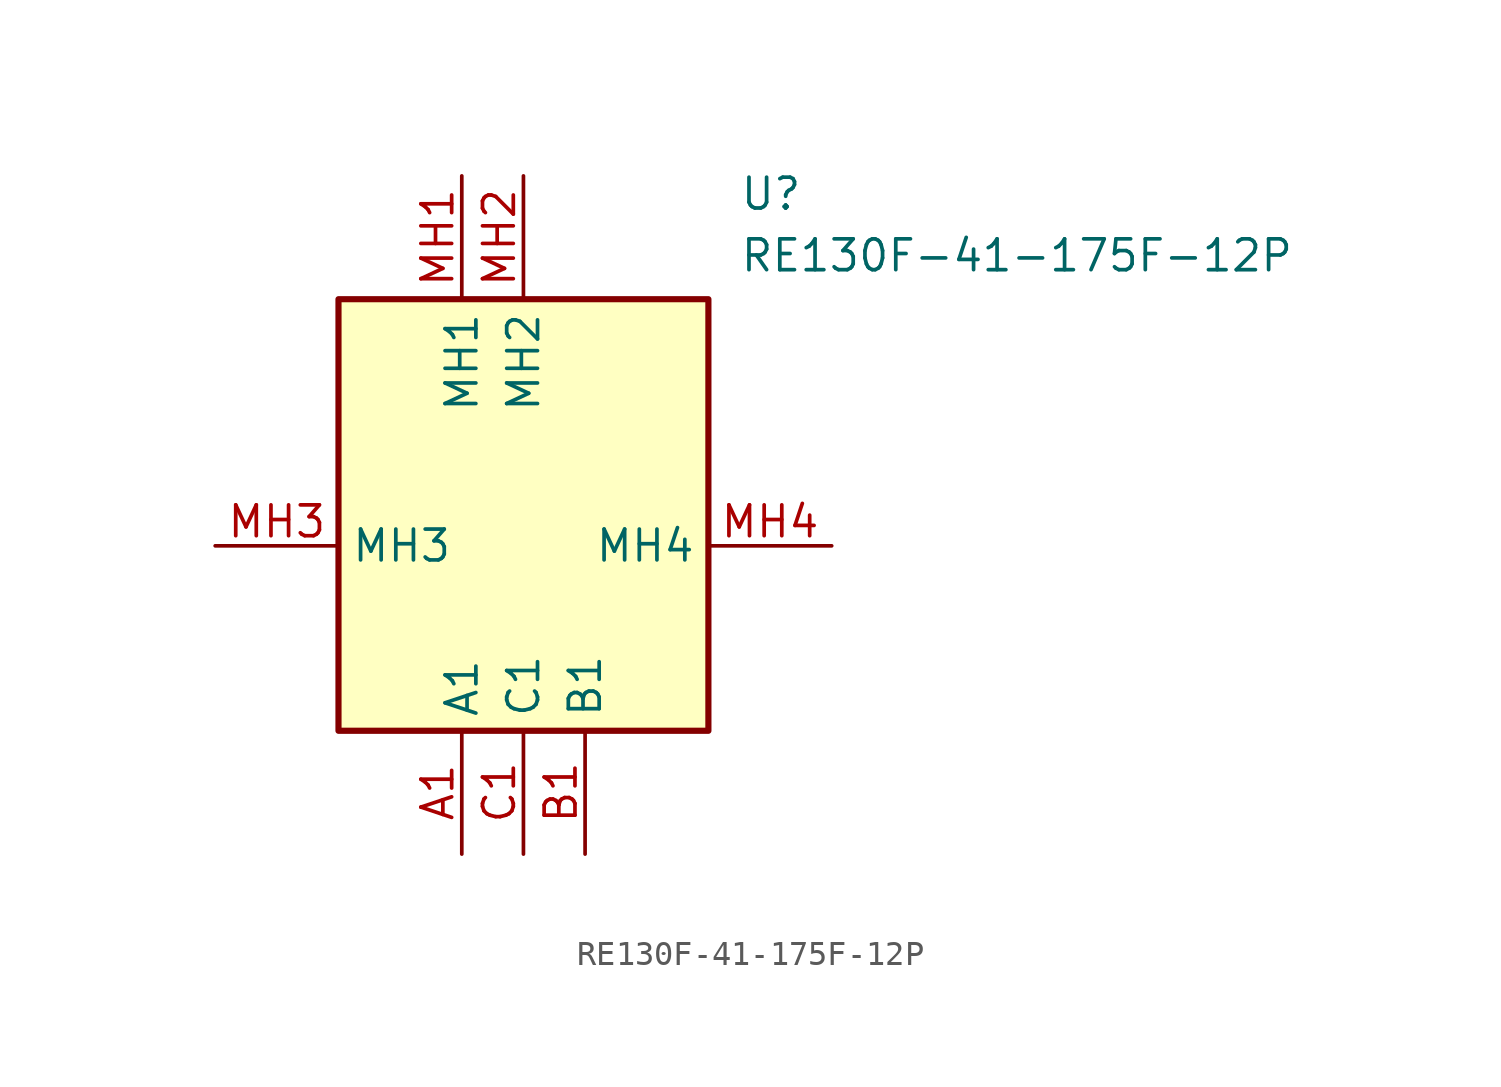
<source format=kicad_sym>
(kicad_symbol_lib
  (version 20231120)
  (generator "kicad_symbol_editor")
  (generator_version "8.0")
  (symbol "RE130F-41-175F-12P"
    (property "Reference" "U"
      (at 21.59 15.24 0)
      (effects (font (size 1.27 1.27)) (justify left top)))
    (property "Value" "RE130F-41-175F-12P"
      (at 21.59 12.7 0)
      (effects (font (size 1.27 1.27)) (justify left top)))
    (symbol "RE130F-41-175F-12P_1_1"
      (rectangle (start 5.08 10.16) (end 20.32 -7.62) (stroke (width 0.254) (type default)) (fill (type background)))
      (pin passive line (at 10.16 -12.7 90) (length 5.08) (name "A1" (effects (font (size 1.27 1.27)))) (number "A1" (effects (font (size 1.27 1.27)))))
      (pin passive line (at 15.24 -12.7 90) (length 5.08) (name "B1" (effects (font (size 1.27 1.27)))) (number "B1" (effects (font (size 1.27 1.27)))))
      (pin passive line (at 12.7 -12.7 90) (length 5.08) (name "C1" (effects (font (size 1.27 1.27)))) (number "C1" (effects (font (size 1.27 1.27)))))
      (pin passive line (at 10.16 15.24 270) (length 5.08) (name "MH1" (effects (font (size 1.27 1.27)))) (number "MH1" (effects (font (size 1.27 1.27)))))
      (pin passive line (at 12.7 15.24 270) (length 5.08) (name "MH2" (effects (font (size 1.27 1.27)))) (number "MH2" (effects (font (size 1.27 1.27)))))
      (pin passive line (at 0 0 0) (length 5.08) (name "MH3" (effects (font (size 1.27 1.27)))) (number "MH3" (effects (font (size 1.27 1.27)))))
      (pin passive line (at 25.4 0 180) (length 5.08) (name "MH4" (effects (font (size 1.27 1.27)))) (number "MH4" (effects (font (size 1.27 1.27))))))))
</source>
